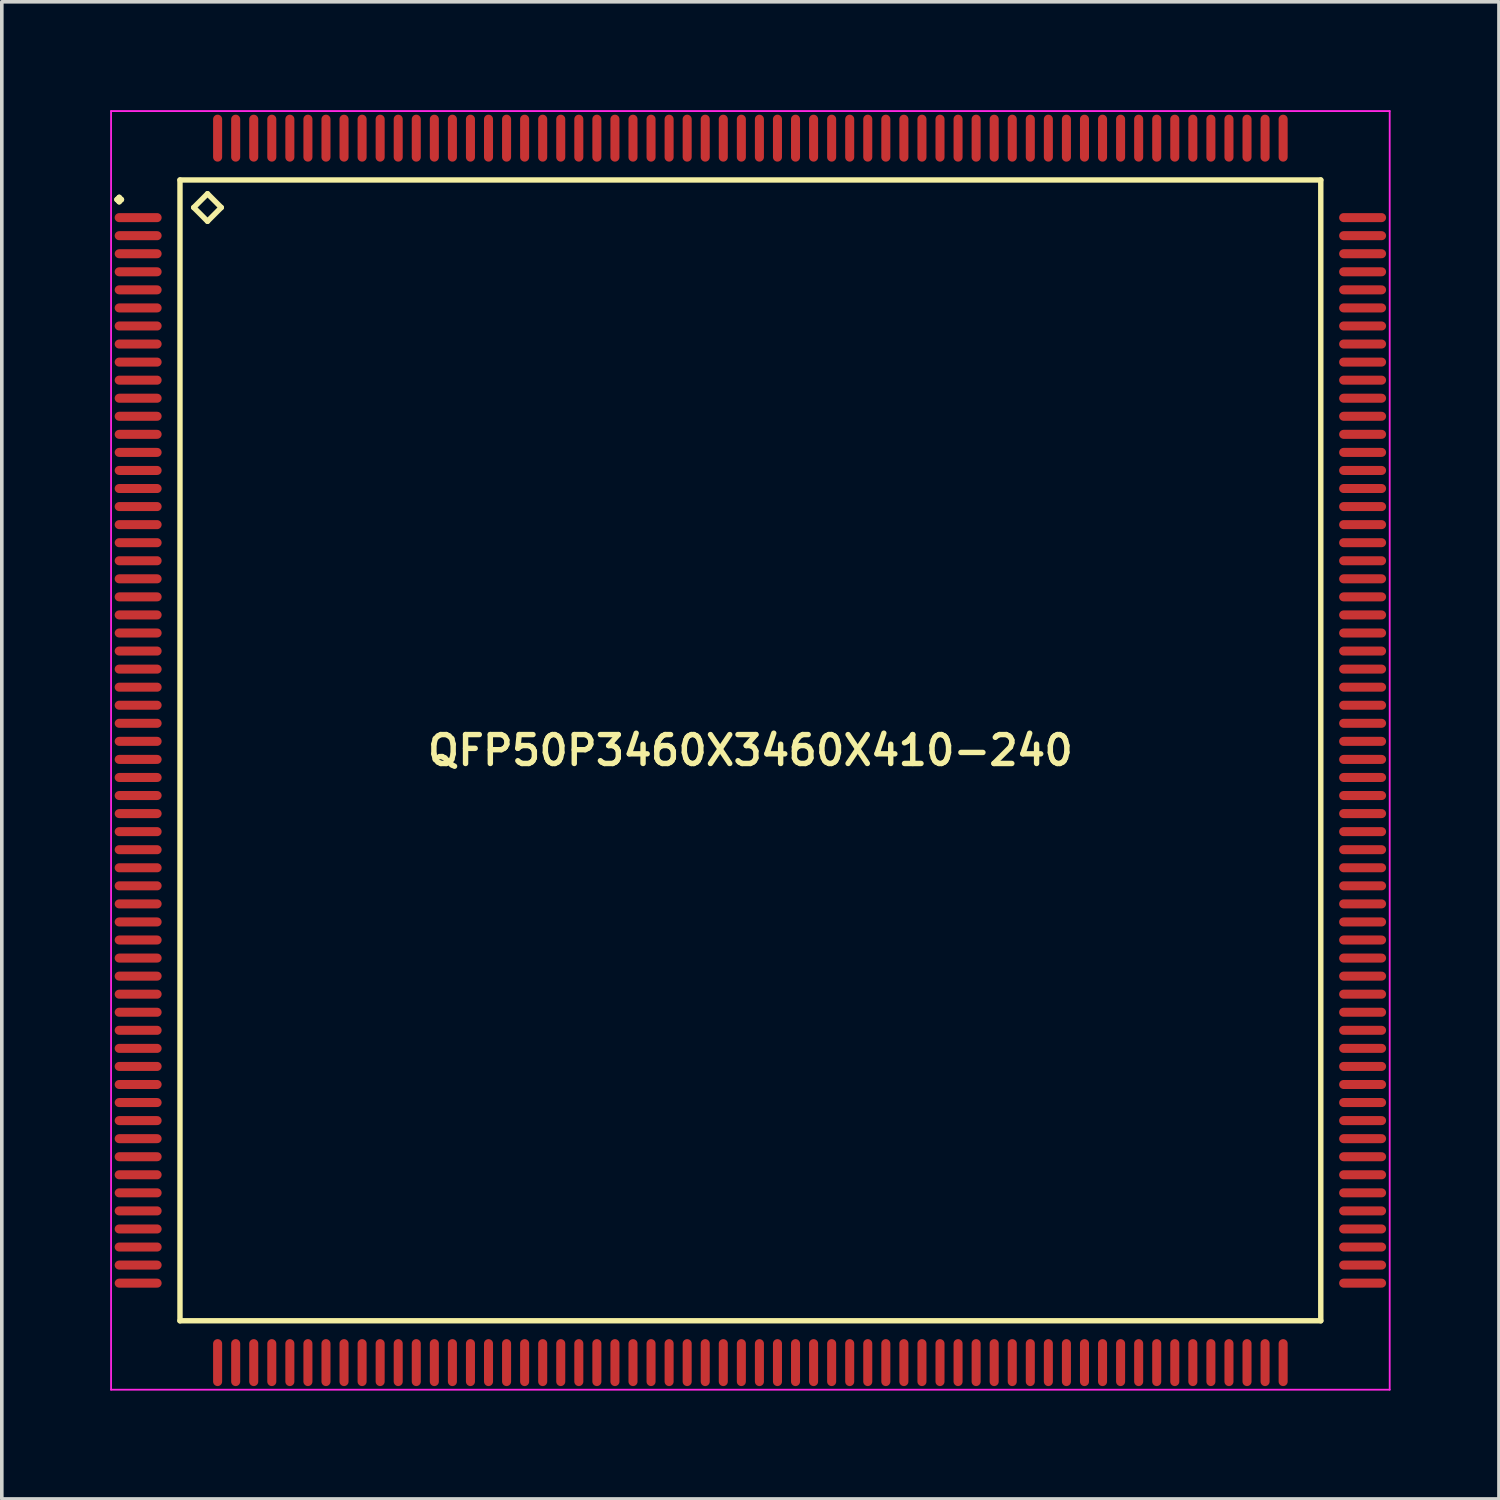
<source format=kicad_pcb>
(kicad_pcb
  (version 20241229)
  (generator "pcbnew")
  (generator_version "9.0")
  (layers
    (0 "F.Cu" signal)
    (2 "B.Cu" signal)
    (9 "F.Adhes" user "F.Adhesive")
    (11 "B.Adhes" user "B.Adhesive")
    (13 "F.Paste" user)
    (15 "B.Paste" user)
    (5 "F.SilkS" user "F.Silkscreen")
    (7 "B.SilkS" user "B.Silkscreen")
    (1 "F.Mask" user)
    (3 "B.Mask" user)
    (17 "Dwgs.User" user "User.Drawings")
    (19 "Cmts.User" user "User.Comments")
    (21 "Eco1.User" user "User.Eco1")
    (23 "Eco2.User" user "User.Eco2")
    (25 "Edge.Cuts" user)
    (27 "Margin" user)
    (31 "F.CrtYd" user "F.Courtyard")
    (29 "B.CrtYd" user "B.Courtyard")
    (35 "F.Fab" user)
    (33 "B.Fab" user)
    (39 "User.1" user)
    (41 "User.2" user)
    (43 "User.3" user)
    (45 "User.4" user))
  (footprint "QFP50P3460X3460X410-240"
    (layer "F.Cu")
    (at 17.725 17.725)
    (property "Reference" "QFP50P3460X3460X410-240" (at 0 0 0) (layer "F.SilkS") (effects (font (size 0.8 0.8) (thickness 0.15))))
    (attr smd)
    (fp_line (start -17.538 -15.25) (end -17.475 -15.312) (stroke (width 0.15) (type solid)) (layer "F.SilkS"))
    (fp_line (start -17.475 -15.312) (end -17.413 -15.25) (stroke (width 0.15) (type solid)) (layer "F.SilkS"))
    (fp_line (start -17.475 -15.188) (end -17.538 -15.25) (stroke (width 0.15) (type solid)) (layer "F.SilkS"))
    (fp_line (start -17.413 -15.25) (end -17.475 -15.188) (stroke (width 0.15) (type solid)) (layer "F.SilkS"))
    (fp_line (start -15.792 -15.792) (end -15.792 15.792) (stroke (width 0.15) (type solid)) (layer "F.SilkS"))
    (fp_line (start -15.792 15.792) (end 15.792 15.792) (stroke (width 0.15) (type solid)) (layer "F.SilkS"))
    (fp_line (start -15.411 -15.03) (end -15.03 -15.411) (stroke (width 0.15) (type solid)) (layer "F.SilkS"))
    (fp_line (start -15.03 -15.411) (end -14.649 -15.03) (stroke (width 0.15) (type solid)) (layer "F.SilkS"))
    (fp_line (start -15.03 -14.649) (end -15.411 -15.03) (stroke (width 0.15) (type solid)) (layer "F.SilkS"))
    (fp_line (start -14.649 -15.03) (end -15.03 -14.649) (stroke (width 0.15) (type solid)) (layer "F.SilkS"))
    (fp_line (start 15.792 -15.792) (end -15.792 -15.792) (stroke (width 0.15) (type solid)) (layer "F.SilkS"))
    (fp_line (start 15.792 15.792) (end 15.792 -15.792) (stroke (width 0.15) (type solid)) (layer "F.SilkS"))
    (fp_line (start -17.7 -17.7) (end 17.7 -17.7) (stroke (width 0.05) (type solid)) (layer "F.CrtYd"))
    (fp_line (start -17.7 17.7) (end -17.7 -17.7) (stroke (width 0.05) (type solid)) (layer "F.CrtYd"))
    (fp_line (start 17.7 -17.7) (end 17.7 17.7) (stroke (width 0.05) (type solid)) (layer "F.CrtYd"))
    (fp_line (start 17.7 17.7) (end -17.7 17.7) (stroke (width 0.05) (type solid)) (layer "F.CrtYd"))
    (pad "1" smd oval (at -16.95 -14.75) (size 1.3 0.25) (layers "F.Cu" "F.Mask" "F.Paste"))
    (pad "2" smd oval (at -16.95 -14.25) (size 1.3 0.25) (layers "F.Cu" "F.Mask" "F.Paste"))
    (pad "3" smd oval (at -16.95 -13.75) (size 1.3 0.25) (layers "F.Cu" "F.Mask" "F.Paste"))
    (pad "4" smd oval (at -16.95 -13.25) (size 1.3 0.25) (layers "F.Cu" "F.Mask" "F.Paste"))
    (pad "5" smd oval (at -16.95 -12.75) (size 1.3 0.25) (layers "F.Cu" "F.Mask" "F.Paste"))
    (pad "6" smd oval (at -16.95 -12.25) (size 1.3 0.25) (layers "F.Cu" "F.Mask" "F.Paste"))
    (pad "7" smd oval (at -16.95 -11.75) (size 1.3 0.25) (layers "F.Cu" "F.Mask" "F.Paste"))
    (pad "8" smd oval (at -16.95 -11.25) (size 1.3 0.25) (layers "F.Cu" "F.Mask" "F.Paste"))
    (pad "9" smd oval (at -16.95 -10.75) (size 1.3 0.25) (layers "F.Cu" "F.Mask" "F.Paste"))
    (pad "10" smd oval (at -16.95 -10.25) (size 1.3 0.25) (layers "F.Cu" "F.Mask" "F.Paste"))
    (pad "11" smd oval (at -16.95 -9.75) (size 1.3 0.25) (layers "F.Cu" "F.Mask" "F.Paste"))
    (pad "12" smd oval (at -16.95 -9.25) (size 1.3 0.25) (layers "F.Cu" "F.Mask" "F.Paste"))
    (pad "13" smd oval (at -16.95 -8.75) (size 1.3 0.25) (layers "F.Cu" "F.Mask" "F.Paste"))
    (pad "14" smd oval (at -16.95 -8.25) (size 1.3 0.25) (layers "F.Cu" "F.Mask" "F.Paste"))
    (pad "15" smd oval (at -16.95 -7.75) (size 1.3 0.25) (layers "F.Cu" "F.Mask" "F.Paste"))
    (pad "16" smd oval (at -16.95 -7.25) (size 1.3 0.25) (layers "F.Cu" "F.Mask" "F.Paste"))
    (pad "17" smd oval (at -16.95 -6.75) (size 1.3 0.25) (layers "F.Cu" "F.Mask" "F.Paste"))
    (pad "18" smd oval (at -16.95 -6.25) (size 1.3 0.25) (layers "F.Cu" "F.Mask" "F.Paste"))
    (pad "19" smd oval (at -16.95 -5.75) (size 1.3 0.25) (layers "F.Cu" "F.Mask" "F.Paste"))
    (pad "20" smd oval (at -16.95 -5.25) (size 1.3 0.25) (layers "F.Cu" "F.Mask" "F.Paste"))
    (pad "21" smd oval (at -16.95 -4.75) (size 1.3 0.25) (layers "F.Cu" "F.Mask" "F.Paste"))
    (pad "22" smd oval (at -16.95 -4.25) (size 1.3 0.25) (layers "F.Cu" "F.Mask" "F.Paste"))
    (pad "23" smd oval (at -16.95 -3.75) (size 1.3 0.25) (layers "F.Cu" "F.Mask" "F.Paste"))
    (pad "24" smd oval (at -16.95 -3.25) (size 1.3 0.25) (layers "F.Cu" "F.Mask" "F.Paste"))
    (pad "25" smd oval (at -16.95 -2.75) (size 1.3 0.25) (layers "F.Cu" "F.Mask" "F.Paste"))
    (pad "26" smd oval (at -16.95 -2.25) (size 1.3 0.25) (layers "F.Cu" "F.Mask" "F.Paste"))
    (pad "27" smd oval (at -16.95 -1.75) (size 1.3 0.25) (layers "F.Cu" "F.Mask" "F.Paste"))
    (pad "28" smd oval (at -16.95 -1.25) (size 1.3 0.25) (layers "F.Cu" "F.Mask" "F.Paste"))
    (pad "29" smd oval (at -16.95 -0.75) (size 1.3 0.25) (layers "F.Cu" "F.Mask" "F.Paste"))
    (pad "30" smd oval (at -16.95 -0.25) (size 1.3 0.25) (layers "F.Cu" "F.Mask" "F.Paste"))
    (pad "31" smd oval (at -16.95 0.25) (size 1.3 0.25) (layers "F.Cu" "F.Mask" "F.Paste"))
    (pad "32" smd oval (at -16.95 0.75) (size 1.3 0.25) (layers "F.Cu" "F.Mask" "F.Paste"))
    (pad "33" smd oval (at -16.95 1.25) (size 1.3 0.25) (layers "F.Cu" "F.Mask" "F.Paste"))
    (pad "34" smd oval (at -16.95 1.75) (size 1.3 0.25) (layers "F.Cu" "F.Mask" "F.Paste"))
    (pad "35" smd oval (at -16.95 2.25) (size 1.3 0.25) (layers "F.Cu" "F.Mask" "F.Paste"))
    (pad "36" smd oval (at -16.95 2.75) (size 1.3 0.25) (layers "F.Cu" "F.Mask" "F.Paste"))
    (pad "37" smd oval (at -16.95 3.25) (size 1.3 0.25) (layers "F.Cu" "F.Mask" "F.Paste"))
    (pad "38" smd oval (at -16.95 3.75) (size 1.3 0.25) (layers "F.Cu" "F.Mask" "F.Paste"))
    (pad "39" smd oval (at -16.95 4.25) (size 1.3 0.25) (layers "F.Cu" "F.Mask" "F.Paste"))
    (pad "40" smd oval (at -16.95 4.75) (size 1.3 0.25) (layers "F.Cu" "F.Mask" "F.Paste"))
    (pad "41" smd oval (at -16.95 5.25) (size 1.3 0.25) (layers "F.Cu" "F.Mask" "F.Paste"))
    (pad "42" smd oval (at -16.95 5.75) (size 1.3 0.25) (layers "F.Cu" "F.Mask" "F.Paste"))
    (pad "43" smd oval (at -16.95 6.25) (size 1.3 0.25) (layers "F.Cu" "F.Mask" "F.Paste"))
    (pad "44" smd oval (at -16.95 6.75) (size 1.3 0.25) (layers "F.Cu" "F.Mask" "F.Paste"))
    (pad "45" smd oval (at -16.95 7.25) (size 1.3 0.25) (layers "F.Cu" "F.Mask" "F.Paste"))
    (pad "46" smd oval (at -16.95 7.75) (size 1.3 0.25) (layers "F.Cu" "F.Mask" "F.Paste"))
    (pad "47" smd oval (at -16.95 8.25) (size 1.3 0.25) (layers "F.Cu" "F.Mask" "F.Paste"))
    (pad "48" smd oval (at -16.95 8.75) (size 1.3 0.25) (layers "F.Cu" "F.Mask" "F.Paste"))
    (pad "49" smd oval (at -16.95 9.25) (size 1.3 0.25) (layers "F.Cu" "F.Mask" "F.Paste"))
    (pad "50" smd oval (at -16.95 9.75) (size 1.3 0.25) (layers "F.Cu" "F.Mask" "F.Paste"))
    (pad "51" smd oval (at -16.95 10.25) (size 1.3 0.25) (layers "F.Cu" "F.Mask" "F.Paste"))
    (pad "52" smd oval (at -16.95 10.75) (size 1.3 0.25) (layers "F.Cu" "F.Mask" "F.Paste"))
    (pad "53" smd oval (at -16.95 11.25) (size 1.3 0.25) (layers "F.Cu" "F.Mask" "F.Paste"))
    (pad "54" smd oval (at -16.95 11.75) (size 1.3 0.25) (layers "F.Cu" "F.Mask" "F.Paste"))
    (pad "55" smd oval (at -16.95 12.25) (size 1.3 0.25) (layers "F.Cu" "F.Mask" "F.Paste"))
    (pad "56" smd oval (at -16.95 12.75) (size 1.3 0.25) (layers "F.Cu" "F.Mask" "F.Paste"))
    (pad "57" smd oval (at -16.95 13.25) (size 1.3 0.25) (layers "F.Cu" "F.Mask" "F.Paste"))
    (pad "58" smd oval (at -16.95 13.75) (size 1.3 0.25) (layers "F.Cu" "F.Mask" "F.Paste"))
    (pad "59" smd oval (at -16.95 14.25) (size 1.3 0.25) (layers "F.Cu" "F.Mask" "F.Paste"))
    (pad "60" smd oval (at -16.95 14.75) (size 1.3 0.25) (layers "F.Cu" "F.Mask" "F.Paste"))
    (pad "61" smd oval (at -14.75 16.95) (size 0.25 1.3) (layers "F.Cu" "F.Mask" "F.Paste"))
    (pad "62" smd oval (at -14.25 16.95) (size 0.25 1.3) (layers "F.Cu" "F.Mask" "F.Paste"))
    (pad "63" smd oval (at -13.75 16.95) (size 0.25 1.3) (layers "F.Cu" "F.Mask" "F.Paste"))
    (pad "64" smd oval (at -13.25 16.95) (size 0.25 1.3) (layers "F.Cu" "F.Mask" "F.Paste"))
    (pad "65" smd oval (at -12.75 16.95) (size 0.25 1.3) (layers "F.Cu" "F.Mask" "F.Paste"))
    (pad "66" smd oval (at -12.25 16.95) (size 0.25 1.3) (layers "F.Cu" "F.Mask" "F.Paste"))
    (pad "67" smd oval (at -11.75 16.95) (size 0.25 1.3) (layers "F.Cu" "F.Mask" "F.Paste"))
    (pad "68" smd oval (at -11.25 16.95) (size 0.25 1.3) (layers "F.Cu" "F.Mask" "F.Paste"))
    (pad "69" smd oval (at -10.75 16.95) (size 0.25 1.3) (layers "F.Cu" "F.Mask" "F.Paste"))
    (pad "70" smd oval (at -10.25 16.95) (size 0.25 1.3) (layers "F.Cu" "F.Mask" "F.Paste"))
    (pad "71" smd oval (at -9.75 16.95) (size 0.25 1.3) (layers "F.Cu" "F.Mask" "F.Paste"))
    (pad "72" smd oval (at -9.25 16.95) (size 0.25 1.3) (layers "F.Cu" "F.Mask" "F.Paste"))
    (pad "73" smd oval (at -8.75 16.95) (size 0.25 1.3) (layers "F.Cu" "F.Mask" "F.Paste"))
    (pad "74" smd oval (at -8.25 16.95) (size 0.25 1.3) (layers "F.Cu" "F.Mask" "F.Paste"))
    (pad "75" smd oval (at -7.75 16.95) (size 0.25 1.3) (layers "F.Cu" "F.Mask" "F.Paste"))
    (pad "76" smd oval (at -7.25 16.95) (size 0.25 1.3) (layers "F.Cu" "F.Mask" "F.Paste"))
    (pad "77" smd oval (at -6.75 16.95) (size 0.25 1.3) (layers "F.Cu" "F.Mask" "F.Paste"))
    (pad "78" smd oval (at -6.25 16.95) (size 0.25 1.3) (layers "F.Cu" "F.Mask" "F.Paste"))
    (pad "79" smd oval (at -5.75 16.95) (size 0.25 1.3) (layers "F.Cu" "F.Mask" "F.Paste"))
    (pad "80" smd oval (at -5.25 16.95) (size 0.25 1.3) (layers "F.Cu" "F.Mask" "F.Paste"))
    (pad "81" smd oval (at -4.75 16.95) (size 0.25 1.3) (layers "F.Cu" "F.Mask" "F.Paste"))
    (pad "82" smd oval (at -4.25 16.95) (size 0.25 1.3) (layers "F.Cu" "F.Mask" "F.Paste"))
    (pad "83" smd oval (at -3.75 16.95) (size 0.25 1.3) (layers "F.Cu" "F.Mask" "F.Paste"))
    (pad "84" smd oval (at -3.25 16.95) (size 0.25 1.3) (layers "F.Cu" "F.Mask" "F.Paste"))
    (pad "85" smd oval (at -2.75 16.95) (size 0.25 1.3) (layers "F.Cu" "F.Mask" "F.Paste"))
    (pad "86" smd oval (at -2.25 16.95) (size 0.25 1.3) (layers "F.Cu" "F.Mask" "F.Paste"))
    (pad "87" smd oval (at -1.75 16.95) (size 0.25 1.3) (layers "F.Cu" "F.Mask" "F.Paste"))
    (pad "88" smd oval (at -1.25 16.95) (size 0.25 1.3) (layers "F.Cu" "F.Mask" "F.Paste"))
    (pad "89" smd oval (at -0.75 16.95) (size 0.25 1.3) (layers "F.Cu" "F.Mask" "F.Paste"))
    (pad "90" smd oval (at -0.25 16.95) (size 0.25 1.3) (layers "F.Cu" "F.Mask" "F.Paste"))
    (pad "91" smd oval (at 0.25 16.95) (size 0.25 1.3) (layers "F.Cu" "F.Mask" "F.Paste"))
    (pad "92" smd oval (at 0.75 16.95) (size 0.25 1.3) (layers "F.Cu" "F.Mask" "F.Paste"))
    (pad "93" smd oval (at 1.25 16.95) (size 0.25 1.3) (layers "F.Cu" "F.Mask" "F.Paste"))
    (pad "94" smd oval (at 1.75 16.95) (size 0.25 1.3) (layers "F.Cu" "F.Mask" "F.Paste"))
    (pad "95" smd oval (at 2.25 16.95) (size 0.25 1.3) (layers "F.Cu" "F.Mask" "F.Paste"))
    (pad "96" smd oval (at 2.75 16.95) (size 0.25 1.3) (layers "F.Cu" "F.Mask" "F.Paste"))
    (pad "97" smd oval (at 3.25 16.95) (size 0.25 1.3) (layers "F.Cu" "F.Mask" "F.Paste"))
    (pad "98" smd oval (at 3.75 16.95) (size 0.25 1.3) (layers "F.Cu" "F.Mask" "F.Paste"))
    (pad "99" smd oval (at 4.25 16.95) (size 0.25 1.3) (layers "F.Cu" "F.Mask" "F.Paste"))
    (pad "100" smd oval (at 4.75 16.95) (size 0.25 1.3) (layers "F.Cu" "F.Mask" "F.Paste"))
    (pad "101" smd oval (at 5.25 16.95) (size 0.25 1.3) (layers "F.Cu" "F.Mask" "F.Paste"))
    (pad "102" smd oval (at 5.75 16.95) (size 0.25 1.3) (layers "F.Cu" "F.Mask" "F.Paste"))
    (pad "103" smd oval (at 6.25 16.95) (size 0.25 1.3) (layers "F.Cu" "F.Mask" "F.Paste"))
    (pad "104" smd oval (at 6.75 16.95) (size 0.25 1.3) (layers "F.Cu" "F.Mask" "F.Paste"))
    (pad "105" smd oval (at 7.25 16.95) (size 0.25 1.3) (layers "F.Cu" "F.Mask" "F.Paste"))
    (pad "106" smd oval (at 7.75 16.95) (size 0.25 1.3) (layers "F.Cu" "F.Mask" "F.Paste"))
    (pad "107" smd oval (at 8.25 16.95) (size 0.25 1.3) (layers "F.Cu" "F.Mask" "F.Paste"))
    (pad "108" smd oval (at 8.75 16.95) (size 0.25 1.3) (layers "F.Cu" "F.Mask" "F.Paste"))
    (pad "109" smd oval (at 9.25 16.95) (size 0.25 1.3) (layers "F.Cu" "F.Mask" "F.Paste"))
    (pad "110" smd oval (at 9.75 16.95) (size 0.25 1.3) (layers "F.Cu" "F.Mask" "F.Paste"))
    (pad "111" smd oval (at 10.25 16.95) (size 0.25 1.3) (layers "F.Cu" "F.Mask" "F.Paste"))
    (pad "112" smd oval (at 10.75 16.95) (size 0.25 1.3) (layers "F.Cu" "F.Mask" "F.Paste"))
    (pad "113" smd oval (at 11.25 16.95) (size 0.25 1.3) (layers "F.Cu" "F.Mask" "F.Paste"))
    (pad "114" smd oval (at 11.75 16.95) (size 0.25 1.3) (layers "F.Cu" "F.Mask" "F.Paste"))
    (pad "115" smd oval (at 12.25 16.95) (size 0.25 1.3) (layers "F.Cu" "F.Mask" "F.Paste"))
    (pad "116" smd oval (at 12.75 16.95) (size 0.25 1.3) (layers "F.Cu" "F.Mask" "F.Paste"))
    (pad "117" smd oval (at 13.25 16.95) (size 0.25 1.3) (layers "F.Cu" "F.Mask" "F.Paste"))
    (pad "118" smd oval (at 13.75 16.95) (size 0.25 1.3) (layers "F.Cu" "F.Mask" "F.Paste"))
    (pad "119" smd oval (at 14.25 16.95) (size 0.25 1.3) (layers "F.Cu" "F.Mask" "F.Paste"))
    (pad "120" smd oval (at 14.75 16.95) (size 0.25 1.3) (layers "F.Cu" "F.Mask" "F.Paste"))
    (pad "121" smd oval (at 16.95 14.75) (size 1.3 0.25) (layers "F.Cu" "F.Mask" "F.Paste"))
    (pad "122" smd oval (at 16.95 14.25) (size 1.3 0.25) (layers "F.Cu" "F.Mask" "F.Paste"))
    (pad "123" smd oval (at 16.95 13.75) (size 1.3 0.25) (layers "F.Cu" "F.Mask" "F.Paste"))
    (pad "124" smd oval (at 16.95 13.25) (size 1.3 0.25) (layers "F.Cu" "F.Mask" "F.Paste"))
    (pad "125" smd oval (at 16.95 12.75) (size 1.3 0.25) (layers "F.Cu" "F.Mask" "F.Paste"))
    (pad "126" smd oval (at 16.95 12.25) (size 1.3 0.25) (layers "F.Cu" "F.Mask" "F.Paste"))
    (pad "127" smd oval (at 16.95 11.75) (size 1.3 0.25) (layers "F.Cu" "F.Mask" "F.Paste"))
    (pad "128" smd oval (at 16.95 11.25) (size 1.3 0.25) (layers "F.Cu" "F.Mask" "F.Paste"))
    (pad "129" smd oval (at 16.95 10.75) (size 1.3 0.25) (layers "F.Cu" "F.Mask" "F.Paste"))
    (pad "130" smd oval (at 16.95 10.25) (size 1.3 0.25) (layers "F.Cu" "F.Mask" "F.Paste"))
    (pad "131" smd oval (at 16.95 9.75) (size 1.3 0.25) (layers "F.Cu" "F.Mask" "F.Paste"))
    (pad "132" smd oval (at 16.95 9.25) (size 1.3 0.25) (layers "F.Cu" "F.Mask" "F.Paste"))
    (pad "133" smd oval (at 16.95 8.75) (size 1.3 0.25) (layers "F.Cu" "F.Mask" "F.Paste"))
    (pad "134" smd oval (at 16.95 8.25) (size 1.3 0.25) (layers "F.Cu" "F.Mask" "F.Paste"))
    (pad "135" smd oval (at 16.95 7.75) (size 1.3 0.25) (layers "F.Cu" "F.Mask" "F.Paste"))
    (pad "136" smd oval (at 16.95 7.25) (size 1.3 0.25) (layers "F.Cu" "F.Mask" "F.Paste"))
    (pad "137" smd oval (at 16.95 6.75) (size 1.3 0.25) (layers "F.Cu" "F.Mask" "F.Paste"))
    (pad "138" smd oval (at 16.95 6.25) (size 1.3 0.25) (layers "F.Cu" "F.Mask" "F.Paste"))
    (pad "139" smd oval (at 16.95 5.75) (size 1.3 0.25) (layers "F.Cu" "F.Mask" "F.Paste"))
    (pad "140" smd oval (at 16.95 5.25) (size 1.3 0.25) (layers "F.Cu" "F.Mask" "F.Paste"))
    (pad "141" smd oval (at 16.95 4.75) (size 1.3 0.25) (layers "F.Cu" "F.Mask" "F.Paste"))
    (pad "142" smd oval (at 16.95 4.25) (size 1.3 0.25) (layers "F.Cu" "F.Mask" "F.Paste"))
    (pad "143" smd oval (at 16.95 3.75) (size 1.3 0.25) (layers "F.Cu" "F.Mask" "F.Paste"))
    (pad "144" smd oval (at 16.95 3.25) (size 1.3 0.25) (layers "F.Cu" "F.Mask" "F.Paste"))
    (pad "145" smd oval (at 16.95 2.75) (size 1.3 0.25) (layers "F.Cu" "F.Mask" "F.Paste"))
    (pad "146" smd oval (at 16.95 2.25) (size 1.3 0.25) (layers "F.Cu" "F.Mask" "F.Paste"))
    (pad "147" smd oval (at 16.95 1.75) (size 1.3 0.25) (layers "F.Cu" "F.Mask" "F.Paste"))
    (pad "148" smd oval (at 16.95 1.25) (size 1.3 0.25) (layers "F.Cu" "F.Mask" "F.Paste"))
    (pad "149" smd oval (at 16.95 0.75) (size 1.3 0.25) (layers "F.Cu" "F.Mask" "F.Paste"))
    (pad "150" smd oval (at 16.95 0.25) (size 1.3 0.25) (layers "F.Cu" "F.Mask" "F.Paste"))
    (pad "151" smd oval (at 16.95 -0.25) (size 1.3 0.25) (layers "F.Cu" "F.Mask" "F.Paste"))
    (pad "152" smd oval (at 16.95 -0.75) (size 1.3 0.25) (layers "F.Cu" "F.Mask" "F.Paste"))
    (pad "153" smd oval (at 16.95 -1.25) (size 1.3 0.25) (layers "F.Cu" "F.Mask" "F.Paste"))
    (pad "154" smd oval (at 16.95 -1.75) (size 1.3 0.25) (layers "F.Cu" "F.Mask" "F.Paste"))
    (pad "155" smd oval (at 16.95 -2.25) (size 1.3 0.25) (layers "F.Cu" "F.Mask" "F.Paste"))
    (pad "156" smd oval (at 16.95 -2.75) (size 1.3 0.25) (layers "F.Cu" "F.Mask" "F.Paste"))
    (pad "157" smd oval (at 16.95 -3.25) (size 1.3 0.25) (layers "F.Cu" "F.Mask" "F.Paste"))
    (pad "158" smd oval (at 16.95 -3.75) (size 1.3 0.25) (layers "F.Cu" "F.Mask" "F.Paste"))
    (pad "159" smd oval (at 16.95 -4.25) (size 1.3 0.25) (layers "F.Cu" "F.Mask" "F.Paste"))
    (pad "160" smd oval (at 16.95 -4.75) (size 1.3 0.25) (layers "F.Cu" "F.Mask" "F.Paste"))
    (pad "161" smd oval (at 16.95 -5.25) (size 1.3 0.25) (layers "F.Cu" "F.Mask" "F.Paste"))
    (pad "162" smd oval (at 16.95 -5.75) (size 1.3 0.25) (layers "F.Cu" "F.Mask" "F.Paste"))
    (pad "163" smd oval (at 16.95 -6.25) (size 1.3 0.25) (layers "F.Cu" "F.Mask" "F.Paste"))
    (pad "164" smd oval (at 16.95 -6.75) (size 1.3 0.25) (layers "F.Cu" "F.Mask" "F.Paste"))
    (pad "165" smd oval (at 16.95 -7.25) (size 1.3 0.25) (layers "F.Cu" "F.Mask" "F.Paste"))
    (pad "166" smd oval (at 16.95 -7.75) (size 1.3 0.25) (layers "F.Cu" "F.Mask" "F.Paste"))
    (pad "167" smd oval (at 16.95 -8.25) (size 1.3 0.25) (layers "F.Cu" "F.Mask" "F.Paste"))
    (pad "168" smd oval (at 16.95 -8.75) (size 1.3 0.25) (layers "F.Cu" "F.Mask" "F.Paste"))
    (pad "169" smd oval (at 16.95 -9.25) (size 1.3 0.25) (layers "F.Cu" "F.Mask" "F.Paste"))
    (pad "170" smd oval (at 16.95 -9.75) (size 1.3 0.25) (layers "F.Cu" "F.Mask" "F.Paste"))
    (pad "171" smd oval (at 16.95 -10.25) (size 1.3 0.25) (layers "F.Cu" "F.Mask" "F.Paste"))
    (pad "172" smd oval (at 16.95 -10.75) (size 1.3 0.25) (layers "F.Cu" "F.Mask" "F.Paste"))
    (pad "173" smd oval (at 16.95 -11.25) (size 1.3 0.25) (layers "F.Cu" "F.Mask" "F.Paste"))
    (pad "174" smd oval (at 16.95 -11.75) (size 1.3 0.25) (layers "F.Cu" "F.Mask" "F.Paste"))
    (pad "175" smd oval (at 16.95 -12.25) (size 1.3 0.25) (layers "F.Cu" "F.Mask" "F.Paste"))
    (pad "176" smd oval (at 16.95 -12.75) (size 1.3 0.25) (layers "F.Cu" "F.Mask" "F.Paste"))
    (pad "177" smd oval (at 16.95 -13.25) (size 1.3 0.25) (layers "F.Cu" "F.Mask" "F.Paste"))
    (pad "178" smd oval (at 16.95 -13.75) (size 1.3 0.25) (layers "F.Cu" "F.Mask" "F.Paste"))
    (pad "179" smd oval (at 16.95 -14.25) (size 1.3 0.25) (layers "F.Cu" "F.Mask" "F.Paste"))
    (pad "180" smd oval (at 16.95 -14.75) (size 1.3 0.25) (layers "F.Cu" "F.Mask" "F.Paste"))
    (pad "181" smd oval (at 14.75 -16.95) (size 0.25 1.3) (layers "F.Cu" "F.Mask" "F.Paste"))
    (pad "182" smd oval (at 14.25 -16.95) (size 0.25 1.3) (layers "F.Cu" "F.Mask" "F.Paste"))
    (pad "183" smd oval (at 13.75 -16.95) (size 0.25 1.3) (layers "F.Cu" "F.Mask" "F.Paste"))
    (pad "184" smd oval (at 13.25 -16.95) (size 0.25 1.3) (layers "F.Cu" "F.Mask" "F.Paste"))
    (pad "185" smd oval (at 12.75 -16.95) (size 0.25 1.3) (layers "F.Cu" "F.Mask" "F.Paste"))
    (pad "186" smd oval (at 12.25 -16.95) (size 0.25 1.3) (layers "F.Cu" "F.Mask" "F.Paste"))
    (pad "187" smd oval (at 11.75 -16.95) (size 0.25 1.3) (layers "F.Cu" "F.Mask" "F.Paste"))
    (pad "188" smd oval (at 11.25 -16.95) (size 0.25 1.3) (layers "F.Cu" "F.Mask" "F.Paste"))
    (pad "189" smd oval (at 10.75 -16.95) (size 0.25 1.3) (layers "F.Cu" "F.Mask" "F.Paste"))
    (pad "190" smd oval (at 10.25 -16.95) (size 0.25 1.3) (layers "F.Cu" "F.Mask" "F.Paste"))
    (pad "191" smd oval (at 9.75 -16.95) (size 0.25 1.3) (layers "F.Cu" "F.Mask" "F.Paste"))
    (pad "192" smd oval (at 9.25 -16.95) (size 0.25 1.3) (layers "F.Cu" "F.Mask" "F.Paste"))
    (pad "193" smd oval (at 8.75 -16.95) (size 0.25 1.3) (layers "F.Cu" "F.Mask" "F.Paste"))
    (pad "194" smd oval (at 8.25 -16.95) (size 0.25 1.3) (layers "F.Cu" "F.Mask" "F.Paste"))
    (pad "195" smd oval (at 7.75 -16.95) (size 0.25 1.3) (layers "F.Cu" "F.Mask" "F.Paste"))
    (pad "196" smd oval (at 7.25 -16.95) (size 0.25 1.3) (layers "F.Cu" "F.Mask" "F.Paste"))
    (pad "197" smd oval (at 6.75 -16.95) (size 0.25 1.3) (layers "F.Cu" "F.Mask" "F.Paste"))
    (pad "198" smd oval (at 6.25 -16.95) (size 0.25 1.3) (layers "F.Cu" "F.Mask" "F.Paste"))
    (pad "199" smd oval (at 5.75 -16.95) (size 0.25 1.3) (layers "F.Cu" "F.Mask" "F.Paste"))
    (pad "200" smd oval (at 5.25 -16.95) (size 0.25 1.3) (layers "F.Cu" "F.Mask" "F.Paste"))
    (pad "201" smd oval (at 4.75 -16.95) (size 0.25 1.3) (layers "F.Cu" "F.Mask" "F.Paste"))
    (pad "202" smd oval (at 4.25 -16.95) (size 0.25 1.3) (layers "F.Cu" "F.Mask" "F.Paste"))
    (pad "203" smd oval (at 3.75 -16.95) (size 0.25 1.3) (layers "F.Cu" "F.Mask" "F.Paste"))
    (pad "204" smd oval (at 3.25 -16.95) (size 0.25 1.3) (layers "F.Cu" "F.Mask" "F.Paste"))
    (pad "205" smd oval (at 2.75 -16.95) (size 0.25 1.3) (layers "F.Cu" "F.Mask" "F.Paste"))
    (pad "206" smd oval (at 2.25 -16.95) (size 0.25 1.3) (layers "F.Cu" "F.Mask" "F.Paste"))
    (pad "207" smd oval (at 1.75 -16.95) (size 0.25 1.3) (layers "F.Cu" "F.Mask" "F.Paste"))
    (pad "208" smd oval (at 1.25 -16.95) (size 0.25 1.3) (layers "F.Cu" "F.Mask" "F.Paste"))
    (pad "209" smd oval (at 0.75 -16.95) (size 0.25 1.3) (layers "F.Cu" "F.Mask" "F.Paste"))
    (pad "210" smd oval (at 0.25 -16.95) (size 0.25 1.3) (layers "F.Cu" "F.Mask" "F.Paste"))
    (pad "211" smd oval (at -0.25 -16.95) (size 0.25 1.3) (layers "F.Cu" "F.Mask" "F.Paste"))
    (pad "212" smd oval (at -0.75 -16.95) (size 0.25 1.3) (layers "F.Cu" "F.Mask" "F.Paste"))
    (pad "213" smd oval (at -1.25 -16.95) (size 0.25 1.3) (layers "F.Cu" "F.Mask" "F.Paste"))
    (pad "214" smd oval (at -1.75 -16.95) (size 0.25 1.3) (layers "F.Cu" "F.Mask" "F.Paste"))
    (pad "215" smd oval (at -2.25 -16.95) (size 0.25 1.3) (layers "F.Cu" "F.Mask" "F.Paste"))
    (pad "216" smd oval (at -2.75 -16.95) (size 0.25 1.3) (layers "F.Cu" "F.Mask" "F.Paste"))
    (pad "217" smd oval (at -3.25 -16.95) (size 0.25 1.3) (layers "F.Cu" "F.Mask" "F.Paste"))
    (pad "218" smd oval (at -3.75 -16.95) (size 0.25 1.3) (layers "F.Cu" "F.Mask" "F.Paste"))
    (pad "219" smd oval (at -4.25 -16.95) (size 0.25 1.3) (layers "F.Cu" "F.Mask" "F.Paste"))
    (pad "220" smd oval (at -4.75 -16.95) (size 0.25 1.3) (layers "F.Cu" "F.Mask" "F.Paste"))
    (pad "221" smd oval (at -5.25 -16.95) (size 0.25 1.3) (layers "F.Cu" "F.Mask" "F.Paste"))
    (pad "222" smd oval (at -5.75 -16.95) (size 0.25 1.3) (layers "F.Cu" "F.Mask" "F.Paste"))
    (pad "223" smd oval (at -6.25 -16.95) (size 0.25 1.3) (layers "F.Cu" "F.Mask" "F.Paste"))
    (pad "224" smd oval (at -6.75 -16.95) (size 0.25 1.3) (layers "F.Cu" "F.Mask" "F.Paste"))
    (pad "225" smd oval (at -7.25 -16.95) (size 0.25 1.3) (layers "F.Cu" "F.Mask" "F.Paste"))
    (pad "226" smd oval (at -7.75 -16.95) (size 0.25 1.3) (layers "F.Cu" "F.Mask" "F.Paste"))
    (pad "227" smd oval (at -8.25 -16.95) (size 0.25 1.3) (layers "F.Cu" "F.Mask" "F.Paste"))
    (pad "228" smd oval (at -8.75 -16.95) (size 0.25 1.3) (layers "F.Cu" "F.Mask" "F.Paste"))
    (pad "229" smd oval (at -9.25 -16.95) (size 0.25 1.3) (layers "F.Cu" "F.Mask" "F.Paste"))
    (pad "230" smd oval (at -9.75 -16.95) (size 0.25 1.3) (layers "F.Cu" "F.Mask" "F.Paste"))
    (pad "231" smd oval (at -10.25 -16.95) (size 0.25 1.3) (layers "F.Cu" "F.Mask" "F.Paste"))
    (pad "232" smd oval (at -10.75 -16.95) (size 0.25 1.3) (layers "F.Cu" "F.Mask" "F.Paste"))
    (pad "233" smd oval (at -11.25 -16.95) (size 0.25 1.3) (layers "F.Cu" "F.Mask" "F.Paste"))
    (pad "234" smd oval (at -11.75 -16.95) (size 0.25 1.3) (layers "F.Cu" "F.Mask" "F.Paste"))
    (pad "235" smd oval (at -12.25 -16.95) (size 0.25 1.3) (layers "F.Cu" "F.Mask" "F.Paste"))
    (pad "236" smd oval (at -12.75 -16.95) (size 0.25 1.3) (layers "F.Cu" "F.Mask" "F.Paste"))
    (pad "237" smd oval (at -13.25 -16.95) (size 0.25 1.3) (layers "F.Cu" "F.Mask" "F.Paste"))
    (pad "238" smd oval (at -13.75 -16.95) (size 0.25 1.3) (layers "F.Cu" "F.Mask" "F.Paste"))
    (pad "239" smd oval (at -14.25 -16.95) (size 0.25 1.3) (layers "F.Cu" "F.Mask" "F.Paste"))
    (pad "240" smd oval (at -14.75 -16.95) (size 0.25 1.3) (layers "F.Cu" "F.Mask" "F.Paste")))
  (gr_rect
    (start -3 -3)
    (end 38.45 38.45)
    (stroke (width 0.1) (type default))
    (fill no)
    (layer "Edge.Cuts")))
</source>
